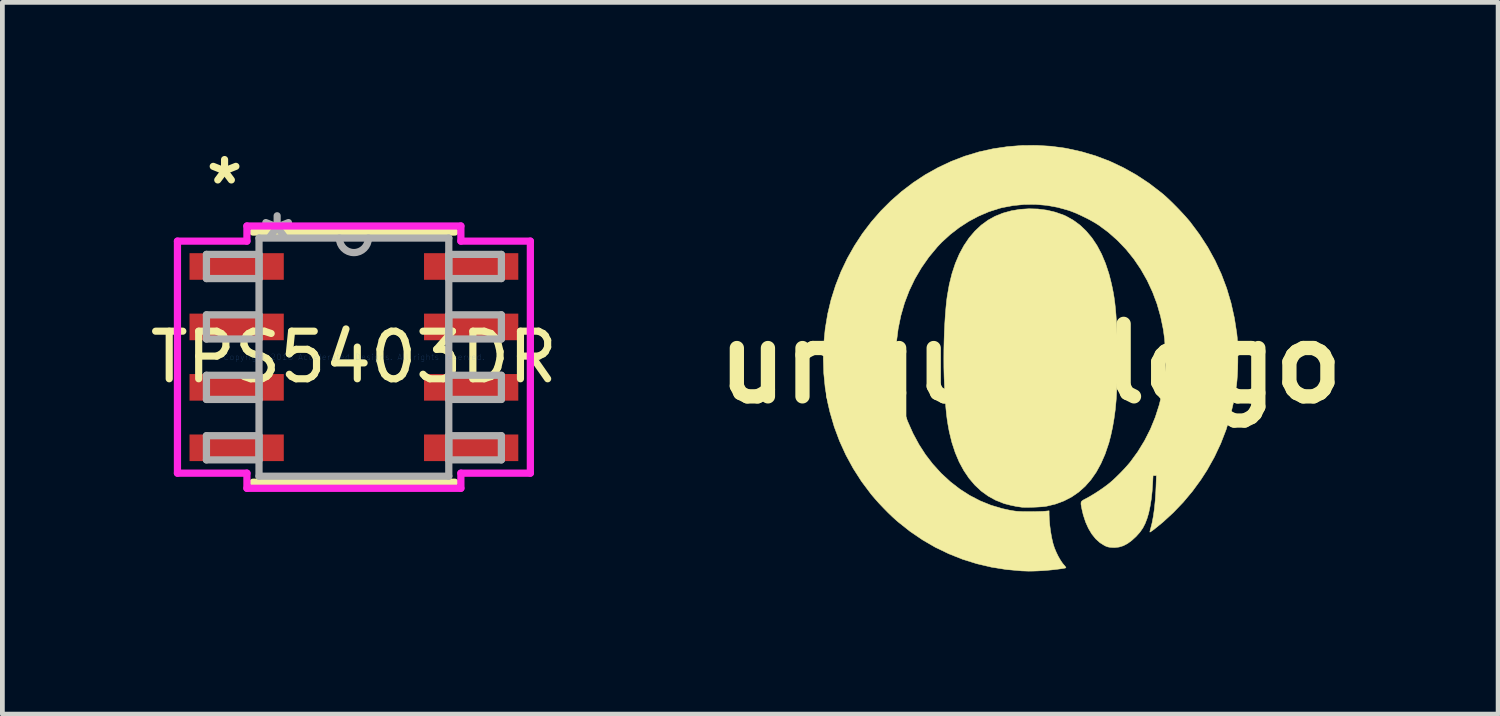
<source format=kicad_pcb>
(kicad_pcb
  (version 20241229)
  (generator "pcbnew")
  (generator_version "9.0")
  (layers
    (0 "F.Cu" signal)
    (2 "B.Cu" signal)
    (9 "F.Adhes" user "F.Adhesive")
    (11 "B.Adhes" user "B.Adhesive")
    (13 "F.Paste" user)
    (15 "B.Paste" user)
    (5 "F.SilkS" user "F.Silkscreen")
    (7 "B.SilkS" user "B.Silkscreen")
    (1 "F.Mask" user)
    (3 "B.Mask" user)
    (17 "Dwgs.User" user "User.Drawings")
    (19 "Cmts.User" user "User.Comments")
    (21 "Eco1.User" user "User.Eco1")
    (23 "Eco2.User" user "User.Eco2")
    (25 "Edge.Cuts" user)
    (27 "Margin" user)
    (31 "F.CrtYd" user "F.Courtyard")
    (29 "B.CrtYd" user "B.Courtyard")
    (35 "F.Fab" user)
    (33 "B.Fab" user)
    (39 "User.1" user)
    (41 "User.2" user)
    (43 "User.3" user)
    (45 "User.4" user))
  (footprint "TPS5403DR"
    (layer "F.Cu")
    (at 4.387 4.455)
    (property "Reference" "TPS5403DR" (at 0 0 0) (layer "F.SilkS") (effects (font (size 1 1) (thickness 0.15))))
    (attr through_hole)
    (fp_line (start -2.121 2.629) (end 2.121 2.629) (stroke (width 0.152) (type solid)) (layer "F.SilkS"))
    (fp_line (start 2.121 -2.629) (end -2.121 -2.629) (stroke (width 0.152) (type solid)) (layer "F.SilkS"))
    (fp_line (start -3.708 -2.438) (end -2.248 -2.438) (stroke (width 0.152) (type solid)) (layer "F.CrtYd"))
    (fp_line (start -3.708 2.438) (end -3.708 -2.438) (stroke (width 0.152) (type solid)) (layer "F.CrtYd"))
    (fp_line (start -2.248 -2.756) (end 2.248 -2.756) (stroke (width 0.152) (type solid)) (layer "F.CrtYd"))
    (fp_line (start -2.248 -2.438) (end -2.248 -2.756) (stroke (width 0.152) (type solid)) (layer "F.CrtYd"))
    (fp_line (start -2.248 2.438) (end -3.708 2.438) (stroke (width 0.152) (type solid)) (layer "F.CrtYd"))
    (fp_line (start -2.248 2.756) (end -2.248 2.438) (stroke (width 0.152) (type solid)) (layer "F.CrtYd"))
    (fp_line (start 2.248 -2.756) (end 2.248 -2.438) (stroke (width 0.152) (type solid)) (layer "F.CrtYd"))
    (fp_line (start 2.248 -2.438) (end 3.708 -2.438) (stroke (width 0.152) (type solid)) (layer "F.CrtYd"))
    (fp_line (start 2.248 2.438) (end 2.248 2.756) (stroke (width 0.152) (type solid)) (layer "F.CrtYd"))
    (fp_line (start 2.248 2.756) (end -2.248 2.756) (stroke (width 0.152) (type solid)) (layer "F.CrtYd"))
    (fp_line (start 3.708 -2.438) (end 3.708 2.438) (stroke (width 0.152) (type solid)) (layer "F.CrtYd"))
    (fp_line (start 3.708 2.438) (end 2.248 2.438) (stroke (width 0.152) (type solid)) (layer "F.CrtYd"))
    (fp_line (start -3.099 -2.159) (end -3.099 -1.651) (stroke (width 0.152) (type solid)) (layer "F.Fab"))
    (fp_line (start -3.099 -1.651) (end -1.994 -1.651) (stroke (width 0.152) (type solid)) (layer "F.Fab"))
    (fp_line (start -3.099 -0.889) (end -3.099 -0.381) (stroke (width 0.152) (type solid)) (layer "F.Fab"))
    (fp_line (start -3.099 -0.381) (end -1.994 -0.381) (stroke (width 0.152) (type solid)) (layer "F.Fab"))
    (fp_line (start -3.099 0.381) (end -3.099 0.889) (stroke (width 0.152) (type solid)) (layer "F.Fab"))
    (fp_line (start -3.099 0.889) (end -1.994 0.889) (stroke (width 0.152) (type solid)) (layer "F.Fab"))
    (fp_line (start -3.099 1.651) (end -3.099 2.159) (stroke (width 0.152) (type solid)) (layer "F.Fab"))
    (fp_line (start -3.099 2.159) (end -1.994 2.159) (stroke (width 0.152) (type solid)) (layer "F.Fab"))
    (fp_line (start -1.994 -2.502) (end -1.994 2.502) (stroke (width 0.152) (type solid)) (layer "F.Fab"))
    (fp_line (start -1.994 -2.159) (end -3.099 -2.159) (stroke (width 0.152) (type solid)) (layer "F.Fab"))
    (fp_line (start -1.994 -1.651) (end -1.994 -2.159) (stroke (width 0.152) (type solid)) (layer "F.Fab"))
    (fp_line (start -1.994 -0.889) (end -3.099 -0.889) (stroke (width 0.152) (type solid)) (layer "F.Fab"))
    (fp_line (start -1.994 -0.381) (end -1.994 -0.889) (stroke (width 0.152) (type solid)) (layer "F.Fab"))
    (fp_line (start -1.994 0.381) (end -3.099 0.381) (stroke (width 0.152) (type solid)) (layer "F.Fab"))
    (fp_line (start -1.994 0.889) (end -1.994 0.381) (stroke (width 0.152) (type solid)) (layer "F.Fab"))
    (fp_line (start -1.994 1.651) (end -3.099 1.651) (stroke (width 0.152) (type solid)) (layer "F.Fab"))
    (fp_line (start -1.994 2.159) (end -1.994 1.651) (stroke (width 0.152) (type solid)) (layer "F.Fab"))
    (fp_line (start -1.994 2.502) (end 1.994 2.502) (stroke (width 0.152) (type solid)) (layer "F.Fab"))
    (fp_line (start 1.994 -2.502) (end -1.994 -2.502) (stroke (width 0.152) (type solid)) (layer "F.Fab"))
    (fp_line (start 1.994 -2.159) (end 1.994 -1.651) (stroke (width 0.152) (type solid)) (layer "F.Fab"))
    (fp_line (start 1.994 -1.651) (end 3.099 -1.651) (stroke (width 0.152) (type solid)) (layer "F.Fab"))
    (fp_line (start 1.994 -0.889) (end 1.994 -0.381) (stroke (width 0.152) (type solid)) (layer "F.Fab"))
    (fp_line (start 1.994 -0.381) (end 3.099 -0.381) (stroke (width 0.152) (type solid)) (layer "F.Fab"))
    (fp_line (start 1.994 0.381) (end 1.994 0.889) (stroke (width 0.152) (type solid)) (layer "F.Fab"))
    (fp_line (start 1.994 0.889) (end 3.099 0.889) (stroke (width 0.152) (type solid)) (layer "F.Fab"))
    (fp_line (start 1.994 1.651) (end 1.994 2.159) (stroke (width 0.152) (type solid)) (layer "F.Fab"))
    (fp_line (start 1.994 2.159) (end 3.099 2.159) (stroke (width 0.152) (type solid)) (layer "F.Fab"))
    (fp_line (start 1.994 2.502) (end 1.994 -2.502) (stroke (width 0.152) (type solid)) (layer "F.Fab"))
    (fp_line (start 3.099 -2.159) (end 1.994 -2.159) (stroke (width 0.152) (type solid)) (layer "F.Fab"))
    (fp_line (start 3.099 -1.651) (end 3.099 -2.159) (stroke (width 0.152) (type solid)) (layer "F.Fab"))
    (fp_line (start 3.099 -0.889) (end 1.994 -0.889) (stroke (width 0.152) (type solid)) (layer "F.Fab"))
    (fp_line (start 3.099 -0.381) (end 3.099 -0.889) (stroke (width 0.152) (type solid)) (layer "F.Fab"))
    (fp_line (start 3.099 0.381) (end 1.994 0.381) (stroke (width 0.152) (type solid)) (layer "F.Fab"))
    (fp_line (start 3.099 0.889) (end 3.099 0.381) (stroke (width 0.152) (type solid)) (layer "F.Fab"))
    (fp_line (start 3.099 1.651) (end 1.994 1.651) (stroke (width 0.152) (type solid)) (layer "F.Fab"))
    (fp_line (start 3.099 2.159) (end 3.099 1.651) (stroke (width 0.152) (type solid)) (layer "F.Fab"))
    (fp_arc (start 0.3048 -2.5019) (mid 0 -2.1971) (end -0.3048 -2.5019) (stroke (width 0.1524) (type solid)) (layer "F.Fab"))
    (fp_text user "*" (at -2.718 -3.607 0) (layer "F.SilkS") (effects (font (size 1 1) (thickness 0.15))))
    (fp_text user "Copyright 2016 Accelerated Designs. All rights reserved." (at 0 0 0) (layer "Cmts.User") (effects (font (size 0.127 0.127) (thickness 0.002))))
    (fp_text user "*" (at -1.613 -2.426 0) (layer "F.Fab") (effects (font (size 1 1) (thickness 0.15))))
    (pad "1" smd rect (at -2.464 -1.905) (size 1.981 0.559) (layers "F.Cu" "F.Mask" "F.Paste"))
    (pad "2" smd rect (at -2.464 -0.635) (size 1.981 0.559) (layers "F.Cu" "F.Mask" "F.Paste"))
    (pad "3" smd rect (at -2.464 0.635) (size 1.981 0.559) (layers "F.Cu" "F.Mask" "F.Paste"))
    (pad "4" smd rect (at -2.464 1.905) (size 1.981 0.559) (layers "F.Cu" "F.Mask" "F.Paste"))
    (pad "5" smd rect (at 2.464 1.905) (size 1.981 0.559) (layers "F.Cu" "F.Mask" "F.Paste"))
    (pad "6" smd rect (at 2.464 0.635) (size 1.981 0.559) (layers "F.Cu" "F.Mask" "F.Paste"))
    (pad "7" smd rect (at 2.464 -0.635) (size 1.981 0.559) (layers "F.Cu" "F.Mask" "F.Paste"))
    (pad "8" smd rect (at 2.464 -1.905) (size 1.981 0.559) (layers "F.Cu" "F.Mask" "F.Paste")))
  (footprint "unqui-logo"
    (layer "F.Cu")
    (at 18.603 4.59)
    (property "Reference" "unqui-logo" (at 0 0 0) (layer "F.SilkS") (effects (font (size 1.524 1.524) (thickness 0.3))))
    (attr through_hole)
    (fp_poly (pts (xy 0.159 -3.248) (xy 0.345 -3.224) (xy 0.525 -3.181) (xy 0.696 -3.121) (xy 0.748 -3.098) (xy 0.9 -3.013) (xy 1.042 -2.909) (xy 1.173 -2.784) (xy 1.293 -2.641) (xy 1.401 -2.479) (xy 1.496 -2.3) (xy 1.579 -2.102) (xy 1.65 -1.888) (xy 1.668 -1.819) (xy 1.696 -1.708) (xy 1.72 -1.601) (xy 1.741 -1.496) (xy 1.759 -1.389) (xy 1.774 -1.278) (xy 1.787 -1.159) (xy 1.798 -1.031) (xy 1.807 -0.889) (xy 1.815 -0.73) (xy 1.822 -0.553) (xy 1.824 -0.482) (xy 1.828 -0.32) (xy 1.83 -0.143) (xy 1.829 0.041) (xy 1.825 0.228) (xy 1.82 0.411) (xy 1.813 0.585) (xy 1.804 0.744) (xy 1.8 0.791) (xy 1.783 0.973) (xy 1.758 1.157) (xy 1.727 1.338) (xy 1.69 1.509) (xy 1.65 1.665) (xy 1.643 1.686) (xy 1.569 1.904) (xy 1.482 2.102) (xy 1.384 2.281) (xy 1.273 2.44) (xy 1.15 2.58) (xy 1.014 2.701) (xy 0.866 2.803) (xy 0.705 2.886) (xy 0.531 2.951) (xy 0.346 2.996) (xy 0.302 3.003) (xy 0.24 3.009) (xy 0.166 3.014) (xy 0.087 3.018) (xy 0.008 3.02) (xy -0.067 3.022) (xy -0.13 3.021) (xy -0.178 3.019) (xy -0.185 3.018) (xy -0.301 3.001) (xy -0.419 2.976) (xy -0.53 2.948) (xy -0.565 2.937) (xy -0.733 2.87) (xy -0.89 2.783) (xy -1.036 2.677) (xy -1.169 2.552) (xy -1.291 2.408) (xy -1.4 2.246) (xy -1.497 2.067) (xy -1.58 1.87) (xy -1.65 1.657) (xy -1.706 1.427) (xy -1.713 1.388) (xy -1.732 1.284) (xy -1.749 1.177) (xy -1.763 1.064) (xy -1.775 0.943) (xy -1.786 0.81) (xy -1.796 0.663) (xy -1.804 0.499) (xy -1.812 0.316) (xy -1.814 0.253) (xy -1.818 0.082) (xy -1.819 -0.098) (xy -1.818 -0.285) (xy -1.814 -0.473) (xy -1.808 -0.66) (xy -1.799 -0.841) (xy -1.788 -1.014) (xy -1.775 -1.174) (xy -1.761 -1.317) (xy -1.748 -1.414) (xy -1.705 -1.66) (xy -1.648 -1.89) (xy -1.578 -2.103) (xy -1.494 -2.3) (xy -1.397 -2.479) (xy -1.288 -2.641) (xy -1.166 -2.784) (xy -1.033 -2.909) (xy -0.888 -3.015) (xy -0.745 -3.094) (xy -0.579 -3.161) (xy -0.402 -3.21) (xy -0.218 -3.241) (xy -0.03 -3.253) (xy 0.159 -3.248)) (stroke (width 0.01) (type solid)) (fill yes) (layer "F.SilkS"))
    (fp_poly (pts (xy 0.433 -4.567) (xy 0.73 -4.527) (xy 0.772 -4.519) (xy 1.079 -4.451) (xy 1.378 -4.362) (xy 1.669 -4.251) (xy 1.951 -4.118) (xy 2.226 -3.964) (xy 2.492 -3.789) (xy 2.75 -3.591) (xy 2.777 -3.569) (xy 2.846 -3.509) (xy 2.925 -3.435) (xy 3.011 -3.351) (xy 3.098 -3.263) (xy 3.182 -3.174) (xy 3.26 -3.089) (xy 3.327 -3.012) (xy 3.355 -2.979) (xy 3.551 -2.716) (xy 3.727 -2.445) (xy 3.88 -2.166) (xy 4.013 -1.878) (xy 4.125 -1.581) (xy 4.216 -1.274) (xy 4.287 -0.956) (xy 4.337 -0.635) (xy 4.347 -0.538) (xy 4.353 -0.424) (xy 4.358 -0.297) (xy 4.36 -0.162) (xy 4.359 -0.025) (xy 4.356 0.109) (xy 4.35 0.236) (xy 4.342 0.351) (xy 4.332 0.447) (xy 4.332 0.45) (xy 4.277 0.776) (xy 4.204 1.089) (xy 4.112 1.391) (xy 3.999 1.682) (xy 3.866 1.964) (xy 3.713 2.238) (xy 3.582 2.441) (xy 3.406 2.682) (xy 3.212 2.914) (xy 3.003 3.132) (xy 2.783 3.334) (xy 2.606 3.478) (xy 2.567 3.507) (xy 2.536 3.528) (xy 2.516 3.541) (xy 2.511 3.542) (xy 2.511 3.53) (xy 2.518 3.501) (xy 2.528 3.463) (xy 2.528 3.463) (xy 2.558 3.345) (xy 2.584 3.206) (xy 2.606 3.05) (xy 2.623 2.878) (xy 2.635 2.693) (xy 2.64 2.583) (xy 2.648 2.355) (xy 2.578 2.355) (xy 2.57 2.511) (xy 2.558 2.685) (xy 2.54 2.85) (xy 2.515 3.003) (xy 2.486 3.14) (xy 2.453 3.252) (xy 2.411 3.362) (xy 2.362 3.457) (xy 2.303 3.542) (xy 2.229 3.625) (xy 2.223 3.632) (xy 2.129 3.718) (xy 2.04 3.783) (xy 1.952 3.829) (xy 1.863 3.856) (xy 1.771 3.866) (xy 1.73 3.865) (xy 1.674 3.861) (xy 1.631 3.854) (xy 1.591 3.84) (xy 1.557 3.824) (xy 1.46 3.763) (xy 1.371 3.682) (xy 1.29 3.581) (xy 1.22 3.464) (xy 1.16 3.33) (xy 1.111 3.181) (xy 1.085 3.071) (xy 1.072 3.006) (xy 1.064 2.958) (xy 1.064 2.925) (xy 1.072 2.9) (xy 1.091 2.881) (xy 1.123 2.861) (xy 1.168 2.838) (xy 1.175 2.834) (xy 1.255 2.79) (xy 1.346 2.735) (xy 1.442 2.673) (xy 1.535 2.609) (xy 1.619 2.547) (xy 1.658 2.516) (xy 1.732 2.453) (xy 1.813 2.376) (xy 1.898 2.292) (xy 1.98 2.206) (xy 2.054 2.123) (xy 2.097 2.072) (xy 2.257 1.853) (xy 2.399 1.621) (xy 2.522 1.378) (xy 2.625 1.126) (xy 2.709 0.864) (xy 2.773 0.596) (xy 2.816 0.323) (xy 2.839 0.045) (xy 2.84 -0.235) (xy 2.82 -0.516) (xy 2.793 -0.716) (xy 2.737 -0.987) (xy 2.662 -1.251) (xy 2.567 -1.504) (xy 2.454 -1.747) (xy 2.323 -1.978) (xy 2.176 -2.195) (xy 2.012 -2.399) (xy 1.832 -2.587) (xy 1.638 -2.759) (xy 1.43 -2.913) (xy 1.426 -2.915) (xy 1.344 -2.966) (xy 1.247 -3.021) (xy 1.14 -3.075) (xy 1.03 -3.128) (xy 0.924 -3.174) (xy 0.828 -3.211) (xy 0.801 -3.22) (xy 0.575 -3.283) (xy 0.342 -3.325) (xy 0.106 -3.345) (xy -0.131 -3.343) (xy -0.366 -3.32) (xy -0.597 -3.276) (xy -0.658 -3.26) (xy -0.875 -3.19) (xy -1.09 -3.098) (xy -1.298 -2.987) (xy -1.498 -2.857) (xy -1.687 -2.711) (xy -1.863 -2.55) (xy -1.955 -2.453) (xy -2.133 -2.239) (xy -2.291 -2.013) (xy -2.43 -1.776) (xy -2.548 -1.528) (xy -2.646 -1.271) (xy -2.723 -1.004) (xy -2.779 -0.729) (xy -2.815 -0.446) (xy -2.828 -0.156) (xy -2.829 -0.115) (xy -2.819 0.167) (xy -2.79 0.439) (xy -2.741 0.702) (xy -2.672 0.959) (xy -2.581 1.212) (xy -2.469 1.464) (xy -2.465 1.472) (xy -2.342 1.7) (xy -2.206 1.911) (xy -2.055 2.108) (xy -1.886 2.294) (xy -1.871 2.31) (xy -1.682 2.484) (xy -1.483 2.638) (xy -1.274 2.772) (xy -1.056 2.885) (xy -0.829 2.977) (xy -0.594 3.047) (xy -0.448 3.079) (xy -0.389 3.09) (xy -0.338 3.098) (xy -0.29 3.104) (xy -0.239 3.107) (xy -0.179 3.11) (xy -0.107 3.111) (xy -0.029 3.111) (xy 0.052 3.111) (xy 0.13 3.11) (xy 0.201 3.108) (xy 0.26 3.106) (xy 0.302 3.103) (xy 0.309 3.103) (xy 0.393 3.094) (xy 0.393 3.166) (xy 0.397 3.278) (xy 0.408 3.403) (xy 0.425 3.532) (xy 0.447 3.657) (xy 0.473 3.77) (xy 0.48 3.795) (xy 0.506 3.876) (xy 0.542 3.962) (xy 0.583 4.047) (xy 0.627 4.124) (xy 0.67 4.189) (xy 0.693 4.218) (xy 0.721 4.25) (xy 0.74 4.275) (xy 0.747 4.29) (xy 0.747 4.291) (xy 0.731 4.297) (xy 0.696 4.304) (xy 0.645 4.312) (xy 0.583 4.32) (xy 0.512 4.329) (xy 0.436 4.337) (xy 0.36 4.344) (xy 0.286 4.35) (xy 0.256 4.352) (xy 0.145 4.358) (xy 0.049 4.361) (xy -0.04 4.362) (xy -0.129 4.359) (xy -0.185 4.357) (xy -0.506 4.328) (xy -0.82 4.278) (xy -1.126 4.206) (xy -1.424 4.113) (xy -1.713 3.998) (xy -1.994 3.863) (xy -2.265 3.706) (xy -2.527 3.528) (xy -2.778 3.329) (xy -2.811 3.301) (xy -2.896 3.224) (xy -2.99 3.134) (xy -3.087 3.035) (xy -3.183 2.934) (xy -3.271 2.835) (xy -3.348 2.744) (xy -3.354 2.736) (xy -3.549 2.476) (xy -3.723 2.204) (xy -3.877 1.922) (xy -4.01 1.63) (xy -4.122 1.329) (xy -4.213 1.018) (xy -4.261 0.81) (xy -4.312 0.511) (xy -4.342 0.205) (xy -4.352 -0.107) (xy -4.342 -0.419) (xy -4.312 -0.73) (xy -4.261 -1.036) (xy -4.261 -1.039) (xy -4.188 -1.345) (xy -4.094 -1.642) (xy -3.981 -1.93) (xy -3.848 -2.209) (xy -3.697 -2.476) (xy -3.53 -2.732) (xy -3.345 -2.975) (xy -3.145 -3.205) (xy -2.93 -3.42) (xy -2.701 -3.62) (xy -2.459 -3.804) (xy -2.205 -3.971) (xy -1.939 -4.119) (xy -1.663 -4.249) (xy -1.377 -4.359) (xy -1.082 -4.448) (xy -1.074 -4.45) (xy -0.779 -4.515) (xy -0.478 -4.559) (xy -0.174 -4.583) (xy 0.131 -4.585) (xy 0.433 -4.567)) (stroke (width 0.01) (type solid)) (fill yes) (layer "F.SilkS")))
  (gr_rect
    (start -3 -3)
    (end 28.432 11.957)
    (stroke (width 0.1) (type default))
    (fill no)
    (layer "Edge.Cuts")))
</source>
